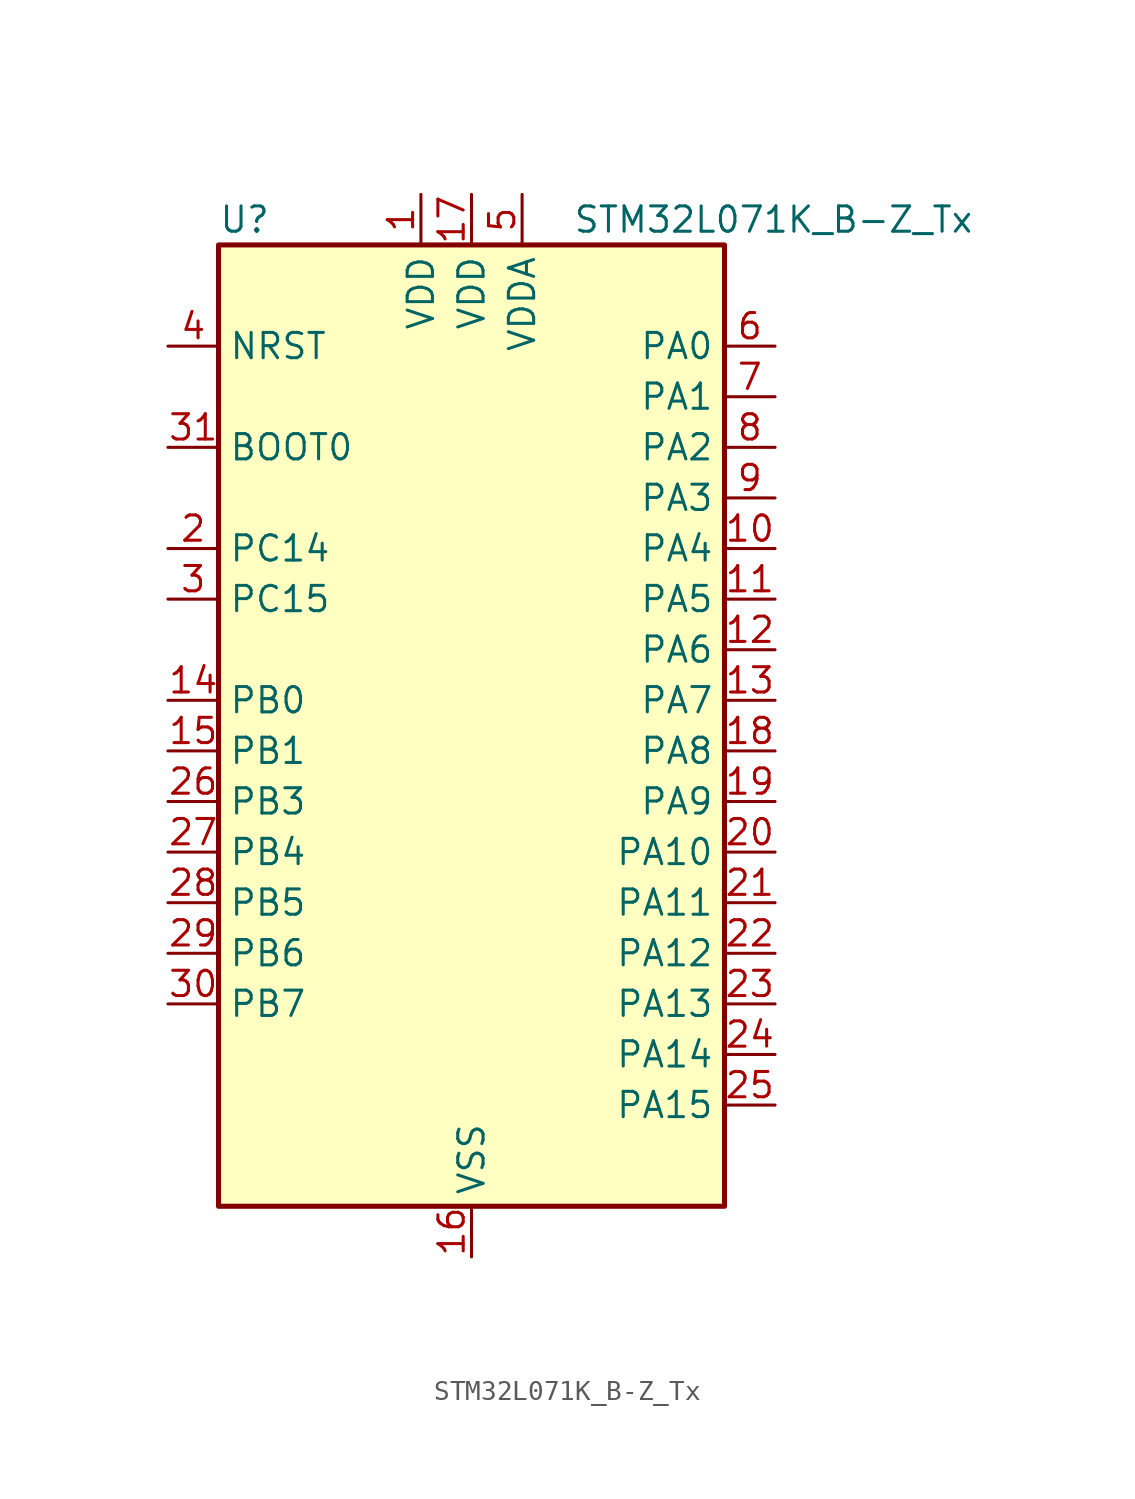
<source format=kicad_sym>
(kicad_symbol_lib
  (version 20241209)
  (generator "kicad_symbol_editor")
  (generator_version "9.0")
  (symbol "STM32L071K_B-Z_Tx"
    (property "Reference" "U"
      (at -12.7 26.67 0)
      (effects (font (size 1.27 1.27)) (justify left)))
    (property "Value" "STM32L071K_B-Z_Tx"
      (at 5.08 26.67 0)
      (effects (font (size 1.27 1.27)) (justify left)))
    (symbol "STM32L071K_B-Z_Tx_0_1"
      (rectangle (start -12.7 -22.86) (end 12.7 25.4) (stroke (width 0.254) (type default)) (fill (type background))))
    (symbol "STM32L071K_B-Z_Tx_1_1"
      (pin input line (at -15.24 20.32 0) (length 2.54) (name "NRST" (effects (font (size 1.27 1.27)))) (number "4" (effects (font (size 1.27 1.27)))))
      (pin input line (at -15.24 15.24 0) (length 2.54) (name "BOOT0" (effects (font (size 1.27 1.27)))) (number "31" (effects (font (size 1.27 1.27)))))
      (pin bidirectional line (at -15.24 10.16 0) (length 2.54) (name "PC14" (effects (font (size 1.27 1.27)))) (number "2" (effects (font (size 1.27 1.27)))) (alternate "RCC_OSC32_IN" bidirectional line))
      (pin bidirectional line (at -15.24 7.62 0) (length 2.54) (name "PC15" (effects (font (size 1.27 1.27)))) (number "3" (effects (font (size 1.27 1.27)))) (alternate "RCC_OSC32_OUT" bidirectional line))
      (pin bidirectional line (at -15.24 2.54 0) (length 2.54) (name "PB0" (effects (font (size 1.27 1.27)))) (number "14" (effects (font (size 1.27 1.27)))) (alternate "ADC_IN8" bidirectional line) (alternate "SYS_VREF_OUT_PB0" bidirectional line) (alternate "TIM3_CH3" bidirectional line))
      (pin bidirectional line (at -15.24 0 0) (length 2.54) (name "PB1" (effects (font (size 1.27 1.27)))) (number "15" (effects (font (size 1.27 1.27)))) (alternate "ADC_IN9" bidirectional line) (alternate "LPUART1_DE" bidirectional line) (alternate "LPUART1_RTS" bidirectional line) (alternate "SYS_VREF_OUT_PB1" bidirectional line) (alternate "TIM3_CH4" bidirectional line))
      (pin bidirectional line (at -15.24 -2.54 0) (length 2.54) (name "PB3" (effects (font (size 1.27 1.27)))) (number "26" (effects (font (size 1.27 1.27)))) (alternate "COMP2_INM" bidirectional line) (alternate "SPI1_SCK" bidirectional line) (alternate "TIM2_CH2" bidirectional line) (alternate "USART1_DE" bidirectional line) (alternate "USART1_RTS" bidirectional line) (alternate "USART5_TX" bidirectional line))
      (pin bidirectional line (at -15.24 -5.08 0) (length 2.54) (name "PB4" (effects (font (size 1.27 1.27)))) (number "27" (effects (font (size 1.27 1.27)))) (alternate "COMP2_INP" bidirectional line) (alternate "I2C3_SDA" bidirectional line) (alternate "SPI1_MISO" bidirectional line) (alternate "TIM22_CH1" bidirectional line) (alternate "TIM3_CH1" bidirectional line) (alternate "USART1_CTS" bidirectional line) (alternate "USART5_RX" bidirectional line))
      (pin bidirectional line (at -15.24 -7.62 0) (length 2.54) (name "PB5" (effects (font (size 1.27 1.27)))) (number "28" (effects (font (size 1.27 1.27)))) (alternate "COMP2_INP" bidirectional line) (alternate "I2C1_SMBA" bidirectional line) (alternate "LPTIM1_IN1" bidirectional line) (alternate "SPI1_MOSI" bidirectional line) (alternate "TIM22_CH2" bidirectional line) (alternate "TIM3_CH2" bidirectional line) (alternate "USART1_CK" bidirectional line) (alternate "USART5_CK" bidirectional line) (alternate "USART5_DE" bidirectional line) (alternate "USART5_RTS" bidirectional line))
      (pin bidirectional line (at -15.24 -10.16 0) (length 2.54) (name "PB6" (effects (font (size 1.27 1.27)))) (number "29" (effects (font (size 1.27 1.27)))) (alternate "COMP2_INP" bidirectional line) (alternate "I2C1_SCL" bidirectional line) (alternate "LPTIM1_ETR" bidirectional line) (alternate "USART1_TX" bidirectional line))
      (pin bidirectional line (at -15.24 -12.7 0) (length 2.54) (name "PB7" (effects (font (size 1.27 1.27)))) (number "30" (effects (font (size 1.27 1.27)))) (alternate "COMP2_INP" bidirectional line) (alternate "I2C1_SDA" bidirectional line) (alternate "LPTIM1_IN2" bidirectional line) (alternate "SYS_PVD_IN" bidirectional line) (alternate "USART1_RX" bidirectional line) (alternate "USART4_CTS" bidirectional line))
      (pin power_in line (at -2.54 27.94 270) (length 2.54) (name "VDD" (effects (font (size 1.27 1.27)))) (number "1" (effects (font (size 1.27 1.27)))))
      (pin power_in line (at 0 27.94 270) (length 2.54) (name "VDD" (effects (font (size 1.27 1.27)))) (number "17" (effects (font (size 1.27 1.27)))))
      (pin power_in line (at 0 -25.4 90) (length 2.54) (name "VSS" (effects (font (size 1.27 1.27)))) (number "16" (effects (font (size 1.27 1.27)))))
      (pin passive line (at 0 -25.4 90) (length 2.54) (hide yes) (name "VSS" (effects (font (size 1.27 1.27)))) (number "32" (effects (font (size 1.27 1.27)))))
      (pin power_in line (at 2.54 27.94 270) (length 2.54) (name "VDDA" (effects (font (size 1.27 1.27)))) (number "5" (effects (font (size 1.27 1.27)))))
      (pin bidirectional line (at 15.24 20.32 180) (length 2.54) (name "PA0" (effects (font (size 1.27 1.27)))) (number "6" (effects (font (size 1.27 1.27)))) (alternate "ADC_IN0" bidirectional line) (alternate "COMP1_INM" bidirectional line) (alternate "COMP1_OUT" bidirectional line) (alternate "RTC_TAMP2" bidirectional line) (alternate "SYS_WKUP1" bidirectional line) (alternate "TIM2_CH1" bidirectional line) (alternate "TIM2_ETR" bidirectional line) (alternate "USART2_CTS" bidirectional line) (alternate "USART4_TX" bidirectional line))
      (pin bidirectional line (at 15.24 17.78 180) (length 2.54) (name "PA1" (effects (font (size 1.27 1.27)))) (number "7" (effects (font (size 1.27 1.27)))) (alternate "ADC_IN1" bidirectional line) (alternate "COMP1_INP" bidirectional line) (alternate "TIM21_ETR" bidirectional line) (alternate "TIM2_CH2" bidirectional line) (alternate "USART2_DE" bidirectional line) (alternate "USART2_RTS" bidirectional line) (alternate "USART4_RX" bidirectional line))
      (pin bidirectional line (at 15.24 15.24 180) (length 2.54) (name "PA2" (effects (font (size 1.27 1.27)))) (number "8" (effects (font (size 1.27 1.27)))) (alternate "ADC_IN2" bidirectional line) (alternate "COMP2_INM" bidirectional line) (alternate "COMP2_OUT" bidirectional line) (alternate "LPUART1_TX" bidirectional line) (alternate "TIM21_CH1" bidirectional line) (alternate "TIM2_CH3" bidirectional line) (alternate "USART2_TX" bidirectional line))
      (pin bidirectional line (at 15.24 12.7 180) (length 2.54) (name "PA3" (effects (font (size 1.27 1.27)))) (number "9" (effects (font (size 1.27 1.27)))) (alternate "ADC_IN3" bidirectional line) (alternate "COMP2_INP" bidirectional line) (alternate "LPUART1_RX" bidirectional line) (alternate "TIM21_CH2" bidirectional line) (alternate "TIM2_CH4" bidirectional line) (alternate "USART2_RX" bidirectional line))
      (pin bidirectional line (at 15.24 10.16 180) (length 2.54) (name "PA4" (effects (font (size 1.27 1.27)))) (number "10" (effects (font (size 1.27 1.27)))) (alternate "ADC_IN4" bidirectional line) (alternate "COMP1_INM" bidirectional line) (alternate "COMP2_INM" bidirectional line) (alternate "SPI1_NSS" bidirectional line) (alternate "TIM22_ETR" bidirectional line) (alternate "USART2_CK" bidirectional line))
      (pin bidirectional line (at 15.24 7.62 180) (length 2.54) (name "PA5" (effects (font (size 1.27 1.27)))) (number "11" (effects (font (size 1.27 1.27)))) (alternate "ADC_IN5" bidirectional line) (alternate "COMP1_INM" bidirectional line) (alternate "COMP2_INM" bidirectional line) (alternate "SPI1_SCK" bidirectional line) (alternate "TIM2_CH1" bidirectional line) (alternate "TIM2_ETR" bidirectional line))
      (pin bidirectional line (at 15.24 5.08 180) (length 2.54) (name "PA6" (effects (font (size 1.27 1.27)))) (number "12" (effects (font (size 1.27 1.27)))) (alternate "ADC_IN6" bidirectional line) (alternate "COMP1_OUT" bidirectional line) (alternate "LPUART1_CTS" bidirectional line) (alternate "SPI1_MISO" bidirectional line) (alternate "TIM22_CH1" bidirectional line) (alternate "TIM3_CH1" bidirectional line))
      (pin bidirectional line (at 15.24 2.54 180) (length 2.54) (name "PA7" (effects (font (size 1.27 1.27)))) (number "13" (effects (font (size 1.27 1.27)))) (alternate "ADC_IN7" bidirectional line) (alternate "COMP2_OUT" bidirectional line) (alternate "SPI1_MOSI" bidirectional line) (alternate "TIM22_CH2" bidirectional line) (alternate "TIM3_CH2" bidirectional line))
      (pin bidirectional line (at 15.24 0 180) (length 2.54) (name "PA8" (effects (font (size 1.27 1.27)))) (number "18" (effects (font (size 1.27 1.27)))) (alternate "I2C3_SCL" bidirectional line) (alternate "RCC_MCO" bidirectional line) (alternate "USART1_CK" bidirectional line))
      (pin bidirectional line (at 15.24 -2.54 180) (length 2.54) (name "PA9" (effects (font (size 1.27 1.27)))) (number "19" (effects (font (size 1.27 1.27)))) (alternate "I2C1_SCL" bidirectional line) (alternate "I2C3_SMBA" bidirectional line) (alternate "RCC_MCO" bidirectional line) (alternate "USART1_TX" bidirectional line))
      (pin bidirectional line (at 15.24 -5.08 180) (length 2.54) (name "PA10" (effects (font (size 1.27 1.27)))) (number "20" (effects (font (size 1.27 1.27)))) (alternate "I2C1_SDA" bidirectional line) (alternate "USART1_RX" bidirectional line))
      (pin bidirectional line (at 15.24 -7.62 180) (length 2.54) (name "PA11" (effects (font (size 1.27 1.27)))) (number "21" (effects (font (size 1.27 1.27)))) (alternate "ADC_EXTI11" bidirectional line) (alternate "COMP1_OUT" bidirectional line) (alternate "SPI1_MISO" bidirectional line) (alternate "USART1_CTS" bidirectional line))
      (pin bidirectional line (at 15.24 -10.16 180) (length 2.54) (name "PA12" (effects (font (size 1.27 1.27)))) (number "22" (effects (font (size 1.27 1.27)))) (alternate "COMP2_OUT" bidirectional line) (alternate "SPI1_MOSI" bidirectional line) (alternate "USART1_DE" bidirectional line) (alternate "USART1_RTS" bidirectional line))
      (pin bidirectional line (at 15.24 -12.7 180) (length 2.54) (name "PA13" (effects (font (size 1.27 1.27)))) (number "23" (effects (font (size 1.27 1.27)))) (alternate "LPUART1_RX" bidirectional line) (alternate "SYS_SWDIO" bidirectional line))
      (pin bidirectional line (at 15.24 -15.24 180) (length 2.54) (name "PA14" (effects (font (size 1.27 1.27)))) (number "24" (effects (font (size 1.27 1.27)))) (alternate "LPUART1_TX" bidirectional line) (alternate "SYS_SWCLK" bidirectional line) (alternate "USART2_TX" bidirectional line))
      (pin bidirectional line (at 15.24 -17.78 180) (length 2.54) (name "PA15" (effects (font (size 1.27 1.27)))) (number "25" (effects (font (size 1.27 1.27)))) (alternate "SPI1_NSS" bidirectional line) (alternate "TIM2_CH1" bidirectional line) (alternate "TIM2_ETR" bidirectional line) (alternate "USART2_RX" bidirectional line) (alternate "USART4_DE" bidirectional line) (alternate "USART4_RTS" bidirectional line)))))
</source>
